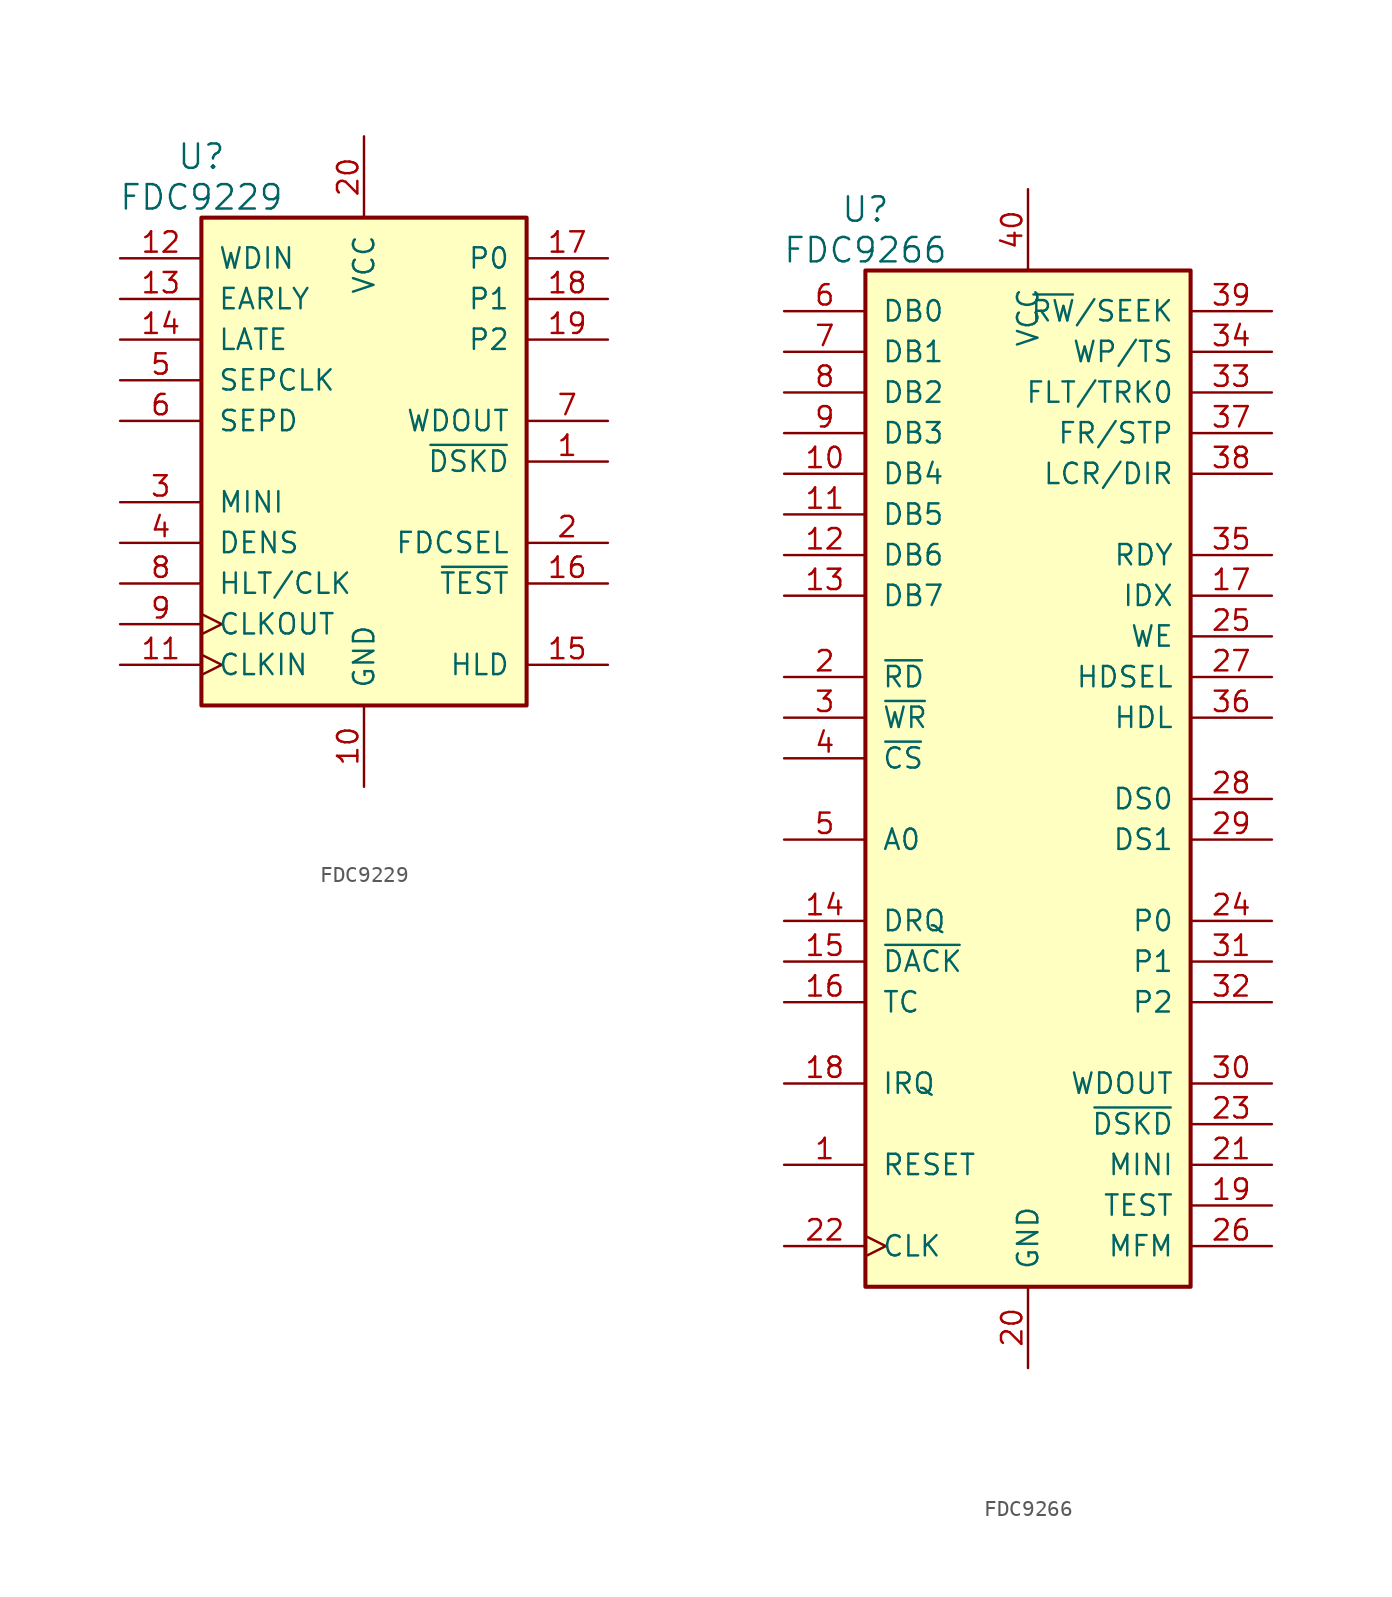
<source format=kicad_sym>
(kicad_symbol_lib
  (version 20211014)
  (generator kicad_symbol_editor)
  (symbol "FDC9229"
    (pin_names
      (offset 1.016))
    (property "Reference" "U"
      (at -10.16 19.05 0)
      (effects (font (size 1.524 1.524))))
    (property "Value" "FDC9229"
      (at -10.16 16.51 0)
      (effects (font (size 1.524 1.524))))
    (property "Footprint" ""
      (at 0 -10.16 0)
      (effects (font (size 1.524 1.524))))
    (property "Datasheet" ""
      (at 0 -10.16 0)
      (effects (font (size 1.524 1.524))))
    (symbol "FDC9229_0_1"
      (rectangle (start -10.16 15.24) (end 10.16 -15.24) (stroke (width 0.254) (type default) (color 0 0 0 0)) (fill (type background))))
    (symbol "FDC9229_1_1"
      (pin input line (at 15.24 0 180) (length 5.08) (name "~{DSKD}" (effects (font (size 1.27 1.27)))) (number "1" (effects (font (size 1.27 1.27)))))
      (pin power_in line (at 0 -20.32 90) (length 5.08) (name "GND" (effects (font (size 1.27 1.27)))) (number "10" (effects (font (size 1.27 1.27)))))
      (pin input clock (at -15.24 -12.7 0) (length 5.08) (name "CLKIN" (effects (font (size 1.27 1.27)))) (number "11" (effects (font (size 1.27 1.27)))))
      (pin input line (at -15.24 12.7 0) (length 5.08) (name "WDIN" (effects (font (size 1.27 1.27)))) (number "12" (effects (font (size 1.27 1.27)))))
      (pin input line (at -15.24 10.16 0) (length 5.08) (name "EARLY" (effects (font (size 1.27 1.27)))) (number "13" (effects (font (size 1.27 1.27)))))
      (pin input line (at -15.24 7.62 0) (length 5.08) (name "LATE" (effects (font (size 1.27 1.27)))) (number "14" (effects (font (size 1.27 1.27)))))
      (pin input line (at 15.24 -12.7 180) (length 5.08) (name "HLD" (effects (font (size 1.27 1.27)))) (number "15" (effects (font (size 1.27 1.27)))))
      (pin input line (at 15.24 -7.62 180) (length 5.08) (name "~{TEST}" (effects (font (size 1.27 1.27)))) (number "16" (effects (font (size 1.27 1.27)))))
      (pin input line (at 15.24 12.7 180) (length 5.08) (name "P0" (effects (font (size 1.27 1.27)))) (number "17" (effects (font (size 1.27 1.27)))))
      (pin input line (at 15.24 10.16 180) (length 5.08) (name "P1" (effects (font (size 1.27 1.27)))) (number "18" (effects (font (size 1.27 1.27)))))
      (pin input line (at 15.24 7.62 180) (length 5.08) (name "P2" (effects (font (size 1.27 1.27)))) (number "19" (effects (font (size 1.27 1.27)))))
      (pin input line (at 15.24 -5.08 180) (length 5.08) (name "FDCSEL" (effects (font (size 1.27 1.27)))) (number "2" (effects (font (size 1.27 1.27)))))
      (pin power_in line (at 0 20.32 270) (length 5.08) (name "VCC" (effects (font (size 1.27 1.27)))) (number "20" (effects (font (size 1.27 1.27)))))
      (pin input line (at -15.24 -2.54 0) (length 5.08) (name "MINI" (effects (font (size 1.27 1.27)))) (number "3" (effects (font (size 1.27 1.27)))))
      (pin input line (at -15.24 -5.08 0) (length 5.08) (name "DENS" (effects (font (size 1.27 1.27)))) (number "4" (effects (font (size 1.27 1.27)))))
      (pin output line (at -15.24 5.08 0) (length 5.08) (name "SEPCLK" (effects (font (size 1.27 1.27)))) (number "5" (effects (font (size 1.27 1.27)))))
      (pin output line (at -15.24 2.54 0) (length 5.08) (name "SEPD" (effects (font (size 1.27 1.27)))) (number "6" (effects (font (size 1.27 1.27)))))
      (pin output line (at 15.24 2.54 180) (length 5.08) (name "WDOUT" (effects (font (size 1.27 1.27)))) (number "7" (effects (font (size 1.27 1.27)))))
      (pin output line (at -15.24 -7.62 0) (length 5.08) (name "HLT/CLK" (effects (font (size 1.27 1.27)))) (number "8" (effects (font (size 1.27 1.27)))))
      (pin output clock (at -15.24 -10.16 0) (length 5.08) (name "CLKOUT" (effects (font (size 1.27 1.27)))) (number "9" (effects (font (size 1.27 1.27)))))))
  (symbol "FDC9266"
    (pin_names
      (offset 1.016))
    (property "Reference" "U"
      (at -10.16 36.83 0)
      (effects (font (size 1.524 1.524))))
    (property "Value" "FDC9266"
      (at -10.16 34.29 0)
      (effects (font (size 1.524 1.524))))
    (property "Footprint" ""
      (at 0 -10.16 0)
      (effects (font (size 1.524 1.524))))
    (property "Datasheet" ""
      (at 0 -10.16 0)
      (effects (font (size 1.524 1.524))))
    (symbol "FDC9266_0_1"
      (rectangle (start -10.16 33.02) (end 10.16 -30.48) (stroke (width 0.254) (type default) (color 0 0 0 0)) (fill (type background))))
    (symbol "FDC9266_1_1"
      (pin input line (at -15.24 -22.86 0) (length 5.08) (name "RESET" (effects (font (size 1.27 1.27)))) (number "1" (effects (font (size 1.27 1.27)))))
      (pin tri_state line (at -15.24 20.32 0) (length 5.08) (name "DB4" (effects (font (size 1.27 1.27)))) (number "10" (effects (font (size 1.27 1.27)))))
      (pin tri_state line (at -15.24 17.78 0) (length 5.08) (name "DB5" (effects (font (size 1.27 1.27)))) (number "11" (effects (font (size 1.27 1.27)))))
      (pin tri_state line (at -15.24 15.24 0) (length 5.08) (name "DB6" (effects (font (size 1.27 1.27)))) (number "12" (effects (font (size 1.27 1.27)))))
      (pin tri_state line (at -15.24 12.7 0) (length 5.08) (name "DB7" (effects (font (size 1.27 1.27)))) (number "13" (effects (font (size 1.27 1.27)))))
      (pin output line (at -15.24 -7.62 0) (length 5.08) (name "DRQ" (effects (font (size 1.27 1.27)))) (number "14" (effects (font (size 1.27 1.27)))))
      (pin input line (at -15.24 -10.16 0) (length 5.08) (name "~{DACK}" (effects (font (size 1.27 1.27)))) (number "15" (effects (font (size 1.27 1.27)))))
      (pin input line (at -15.24 -12.7 0) (length 5.08) (name "TC" (effects (font (size 1.27 1.27)))) (number "16" (effects (font (size 1.27 1.27)))))
      (pin input line (at 15.24 12.7 180) (length 5.08) (name "IDX" (effects (font (size 1.27 1.27)))) (number "17" (effects (font (size 1.27 1.27)))))
      (pin output line (at -15.24 -17.78 0) (length 5.08) (name "IRQ" (effects (font (size 1.27 1.27)))) (number "18" (effects (font (size 1.27 1.27)))))
      (pin input line (at 15.24 -25.4 180) (length 5.08) (name "TEST" (effects (font (size 1.27 1.27)))) (number "19" (effects (font (size 1.27 1.27)))))
      (pin input line (at -15.24 7.62 0) (length 5.08) (name "~{RD}" (effects (font (size 1.27 1.27)))) (number "2" (effects (font (size 1.27 1.27)))))
      (pin power_in line (at 0 -35.56 90) (length 5.08) (name "GND" (effects (font (size 1.27 1.27)))) (number "20" (effects (font (size 1.27 1.27)))))
      (pin input line (at 15.24 -22.86 180) (length 5.08) (name "MINI" (effects (font (size 1.27 1.27)))) (number "21" (effects (font (size 1.27 1.27)))))
      (pin input clock (at -15.24 -27.94 0) (length 5.08) (name "CLK" (effects (font (size 1.27 1.27)))) (number "22" (effects (font (size 1.27 1.27)))))
      (pin input line (at 15.24 -20.32 180) (length 5.08) (name "~{DSKD}" (effects (font (size 1.27 1.27)))) (number "23" (effects (font (size 1.27 1.27)))))
      (pin input line (at 15.24 -7.62 180) (length 5.08) (name "P0" (effects (font (size 1.27 1.27)))) (number "24" (effects (font (size 1.27 1.27)))))
      (pin output line (at 15.24 10.16 180) (length 5.08) (name "WE" (effects (font (size 1.27 1.27)))) (number "25" (effects (font (size 1.27 1.27)))))
      (pin output line (at 15.24 -27.94 180) (length 5.08) (name "MFM" (effects (font (size 1.27 1.27)))) (number "26" (effects (font (size 1.27 1.27)))))
      (pin output line (at 15.24 7.62 180) (length 5.08) (name "HDSEL" (effects (font (size 1.27 1.27)))) (number "27" (effects (font (size 1.27 1.27)))))
      (pin output line (at 15.24 0 180) (length 5.08) (name "DS0" (effects (font (size 1.27 1.27)))) (number "28" (effects (font (size 1.27 1.27)))))
      (pin output line (at 15.24 -2.54 180) (length 5.08) (name "DS1" (effects (font (size 1.27 1.27)))) (number "29" (effects (font (size 1.27 1.27)))))
      (pin input line (at -15.24 5.08 0) (length 5.08) (name "~{WR}" (effects (font (size 1.27 1.27)))) (number "3" (effects (font (size 1.27 1.27)))))
      (pin output line (at 15.24 -17.78 180) (length 5.08) (name "WDOUT" (effects (font (size 1.27 1.27)))) (number "30" (effects (font (size 1.27 1.27)))))
      (pin input line (at 15.24 -10.16 180) (length 5.08) (name "P1" (effects (font (size 1.27 1.27)))) (number "31" (effects (font (size 1.27 1.27)))))
      (pin input line (at 15.24 -12.7 180) (length 5.08) (name "P2" (effects (font (size 1.27 1.27)))) (number "32" (effects (font (size 1.27 1.27)))))
      (pin input line (at 15.24 25.4 180) (length 5.08) (name "FLT/TRK0" (effects (font (size 1.27 1.27)))) (number "33" (effects (font (size 1.27 1.27)))))
      (pin input line (at 15.24 27.94 180) (length 5.08) (name "WP/TS" (effects (font (size 1.27 1.27)))) (number "34" (effects (font (size 1.27 1.27)))))
      (pin input line (at 15.24 15.24 180) (length 5.08) (name "RDY" (effects (font (size 1.27 1.27)))) (number "35" (effects (font (size 1.27 1.27)))))
      (pin output line (at 15.24 5.08 180) (length 5.08) (name "HDL" (effects (font (size 1.27 1.27)))) (number "36" (effects (font (size 1.27 1.27)))))
      (pin output line (at 15.24 22.86 180) (length 5.08) (name "FR/STP" (effects (font (size 1.27 1.27)))) (number "37" (effects (font (size 1.27 1.27)))))
      (pin output line (at 15.24 20.32 180) (length 5.08) (name "LCR/DIR" (effects (font (size 1.27 1.27)))) (number "38" (effects (font (size 1.27 1.27)))))
      (pin output line (at 15.24 30.48 180) (length 5.08) (name "~{RW}/SEEK" (effects (font (size 1.27 1.27)))) (number "39" (effects (font (size 1.27 1.27)))))
      (pin input line (at -15.24 2.54 0) (length 5.08) (name "~{CS}" (effects (font (size 1.27 1.27)))) (number "4" (effects (font (size 1.27 1.27)))))
      (pin power_in line (at 0 38.1 270) (length 5.08) (name "VCC" (effects (font (size 1.27 1.27)))) (number "40" (effects (font (size 1.27 1.27)))))
      (pin input line (at -15.24 -2.54 0) (length 5.08) (name "A0" (effects (font (size 1.27 1.27)))) (number "5" (effects (font (size 1.27 1.27)))))
      (pin tri_state line (at -15.24 30.48 0) (length 5.08) (name "DB0" (effects (font (size 1.27 1.27)))) (number "6" (effects (font (size 1.27 1.27)))))
      (pin tri_state line (at -15.24 27.94 0) (length 5.08) (name "DB1" (effects (font (size 1.27 1.27)))) (number "7" (effects (font (size 1.27 1.27)))))
      (pin tri_state line (at -15.24 25.4 0) (length 5.08) (name "DB2" (effects (font (size 1.27 1.27)))) (number "8" (effects (font (size 1.27 1.27)))))
      (pin tri_state line (at -15.24 22.86 0) (length 5.08) (name "DB3" (effects (font (size 1.27 1.27)))) (number "9" (effects (font (size 1.27 1.27))))))))
</source>
